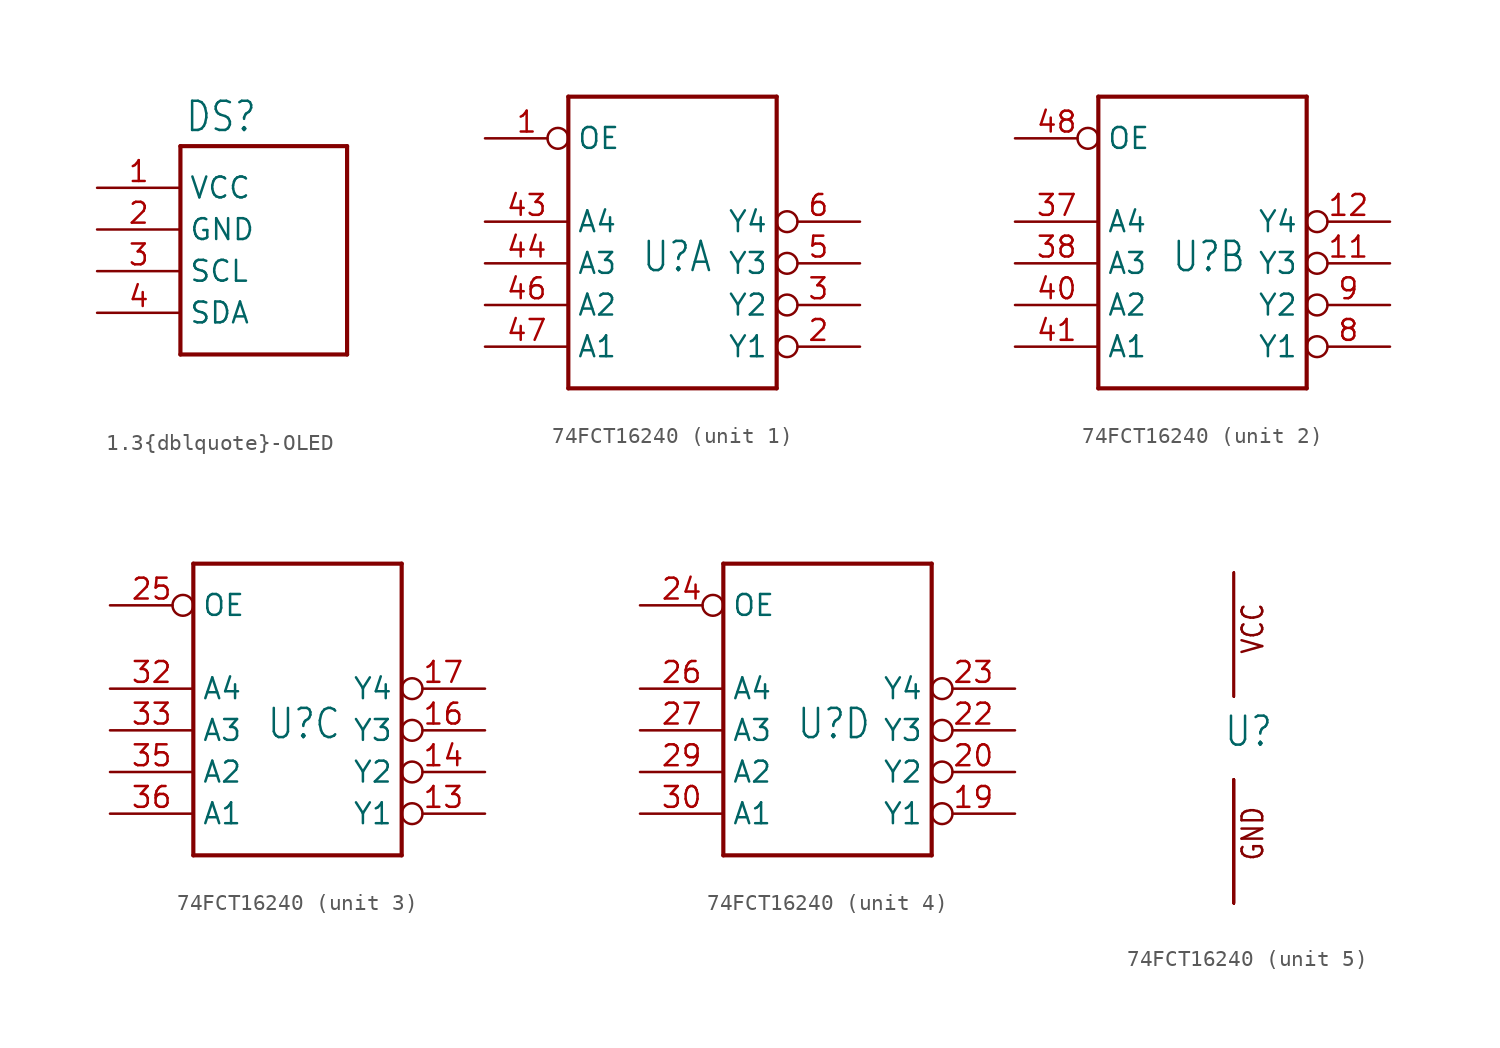
<source format=kicad_sym>
(kicad_symbol_lib
  (version 20231120)
  (generator "kicad_symbol_editor")
  (generator_version "8.0")
  (symbol "1.3{dblquote}-OLED"
    (property "Reference" "DS"
      (at -4.826 5.842 0)
      (effects (font (size 1.778 1.511)) (justify left bottom)))
    (property "Value" ""
      (at -5.08 -10.16 0)
      (effects (font (size 1.778 1.511)) (justify left bottom)))
    (property "ki_locked" ""
      (at 0 0 0)
      (effects (font (size 1.27 1.27))))
    (symbol "1.3{dblquote}-OLED_1_0"
      (polyline (pts (xy -5.08 -7.62) (xy 5.08 -7.62)) (stroke (width 0.254) (type solid)) (fill (type none)))
      (polyline (pts (xy -5.08 5.08) (xy -5.08 -7.62)) (stroke (width 0.254) (type solid)) (fill (type none)))
      (polyline (pts (xy 5.08 -7.62) (xy 5.08 5.08)) (stroke (width 0.254) (type solid)) (fill (type none)))
      (polyline (pts (xy 5.08 5.08) (xy -5.08 5.08)) (stroke (width 0.254) (type solid)) (fill (type none)))
      (pin bidirectional line (at -10.16 2.54 0) (length 5.08) (name "VCC" (effects (font (size 1.27 1.27)))) (number "1" (effects (font (size 1.27 1.27)))))
      (pin bidirectional line (at -10.16 0 0) (length 5.08) (name "GND" (effects (font (size 1.27 1.27)))) (number "2" (effects (font (size 1.27 1.27)))))
      (pin bidirectional line (at -10.16 -2.54 0) (length 5.08) (name "SCL" (effects (font (size 1.27 1.27)))) (number "3" (effects (font (size 1.27 1.27)))))
      (pin bidirectional line (at -10.16 -5.08 0) (length 5.08) (name "SDA" (effects (font (size 1.27 1.27)))) (number "4" (effects (font (size 1.27 1.27)))))))
  (symbol "74FCT16240"
    (property "Reference" "U"
      (at -0.635 -0.635 0)
      (effects (font (size 1.778 1.511)) (justify left bottom)))
    (property "ki_locked" ""
      (at 0 0 0)
      (effects (font (size 1.27 1.27))))
    (symbol "74FCT16240_1_0"
      (polyline (pts (xy -5.08 -7.62) (xy 7.62 -7.62)) (stroke (width 0.254) (type solid)) (fill (type none)))
      (polyline (pts (xy -5.08 10.16) (xy -5.08 -7.62)) (stroke (width 0.254) (type solid)) (fill (type none)))
      (polyline (pts (xy 7.62 -7.62) (xy 7.62 10.16)) (stroke (width 0.254) (type solid)) (fill (type none)))
      (polyline (pts (xy 7.62 10.16) (xy -5.08 10.16)) (stroke (width 0.254) (type solid)) (fill (type none)))
      (pin bidirectional inverted (at -10.16 7.62 0) (length 5.08) (name "OE" (effects (font (size 1.27 1.27)))) (number "1" (effects (font (size 1.27 1.27)))))
      (pin bidirectional inverted (at 12.7 -5.08 180) (length 5.08) (name "Y1" (effects (font (size 1.27 1.27)))) (number "2" (effects (font (size 1.27 1.27)))))
      (pin bidirectional inverted (at 12.7 -2.54 180) (length 5.08) (name "Y2" (effects (font (size 1.27 1.27)))) (number "3" (effects (font (size 1.27 1.27)))))
      (pin bidirectional line (at -10.16 2.54 0) (length 5.08) (name "A4" (effects (font (size 1.27 1.27)))) (number "43" (effects (font (size 1.27 1.27)))))
      (pin bidirectional line (at -10.16 0 0) (length 5.08) (name "A3" (effects (font (size 1.27 1.27)))) (number "44" (effects (font (size 1.27 1.27)))))
      (pin bidirectional line (at -10.16 -2.54 0) (length 5.08) (name "A2" (effects (font (size 1.27 1.27)))) (number "46" (effects (font (size 1.27 1.27)))))
      (pin bidirectional line (at -10.16 -5.08 0) (length 5.08) (name "A1" (effects (font (size 1.27 1.27)))) (number "47" (effects (font (size 1.27 1.27)))))
      (pin bidirectional inverted (at 12.7 0 180) (length 5.08) (name "Y3" (effects (font (size 1.27 1.27)))) (number "5" (effects (font (size 1.27 1.27)))))
      (pin bidirectional inverted (at 12.7 2.54 180) (length 5.08) (name "Y4" (effects (font (size 1.27 1.27)))) (number "6" (effects (font (size 1.27 1.27))))))
    (symbol "74FCT16240_2_0"
      (polyline (pts (xy -5.08 -7.62) (xy 7.62 -7.62)) (stroke (width 0.254) (type solid)) (fill (type none)))
      (polyline (pts (xy -5.08 10.16) (xy -5.08 -7.62)) (stroke (width 0.254) (type solid)) (fill (type none)))
      (polyline (pts (xy 7.62 -7.62) (xy 7.62 10.16)) (stroke (width 0.254) (type solid)) (fill (type none)))
      (polyline (pts (xy 7.62 10.16) (xy -5.08 10.16)) (stroke (width 0.254) (type solid)) (fill (type none)))
      (pin bidirectional inverted (at 12.7 0 180) (length 5.08) (name "Y3" (effects (font (size 1.27 1.27)))) (number "11" (effects (font (size 1.27 1.27)))))
      (pin bidirectional inverted (at 12.7 2.54 180) (length 5.08) (name "Y4" (effects (font (size 1.27 1.27)))) (number "12" (effects (font (size 1.27 1.27)))))
      (pin bidirectional line (at -10.16 2.54 0) (length 5.08) (name "A4" (effects (font (size 1.27 1.27)))) (number "37" (effects (font (size 1.27 1.27)))))
      (pin bidirectional line (at -10.16 0 0) (length 5.08) (name "A3" (effects (font (size 1.27 1.27)))) (number "38" (effects (font (size 1.27 1.27)))))
      (pin bidirectional line (at -10.16 -2.54 0) (length 5.08) (name "A2" (effects (font (size 1.27 1.27)))) (number "40" (effects (font (size 1.27 1.27)))))
      (pin bidirectional line (at -10.16 -5.08 0) (length 5.08) (name "A1" (effects (font (size 1.27 1.27)))) (number "41" (effects (font (size 1.27 1.27)))))
      (pin bidirectional inverted (at -10.16 7.62 0) (length 5.08) (name "OE" (effects (font (size 1.27 1.27)))) (number "48" (effects (font (size 1.27 1.27)))))
      (pin bidirectional inverted (at 12.7 -5.08 180) (length 5.08) (name "Y1" (effects (font (size 1.27 1.27)))) (number "8" (effects (font (size 1.27 1.27)))))
      (pin bidirectional inverted (at 12.7 -2.54 180) (length 5.08) (name "Y2" (effects (font (size 1.27 1.27)))) (number "9" (effects (font (size 1.27 1.27))))))
    (symbol "74FCT16240_3_0"
      (polyline (pts (xy -5.08 -7.62) (xy 7.62 -7.62)) (stroke (width 0.254) (type solid)) (fill (type none)))
      (polyline (pts (xy -5.08 10.16) (xy -5.08 -7.62)) (stroke (width 0.254) (type solid)) (fill (type none)))
      (polyline (pts (xy 7.62 -7.62) (xy 7.62 10.16)) (stroke (width 0.254) (type solid)) (fill (type none)))
      (polyline (pts (xy 7.62 10.16) (xy -5.08 10.16)) (stroke (width 0.254) (type solid)) (fill (type none)))
      (pin bidirectional inverted (at 12.7 -5.08 180) (length 5.08) (name "Y1" (effects (font (size 1.27 1.27)))) (number "13" (effects (font (size 1.27 1.27)))))
      (pin bidirectional inverted (at 12.7 -2.54 180) (length 5.08) (name "Y2" (effects (font (size 1.27 1.27)))) (number "14" (effects (font (size 1.27 1.27)))))
      (pin bidirectional inverted (at 12.7 0 180) (length 5.08) (name "Y3" (effects (font (size 1.27 1.27)))) (number "16" (effects (font (size 1.27 1.27)))))
      (pin bidirectional inverted (at 12.7 2.54 180) (length 5.08) (name "Y4" (effects (font (size 1.27 1.27)))) (number "17" (effects (font (size 1.27 1.27)))))
      (pin bidirectional inverted (at -10.16 7.62 0) (length 5.08) (name "OE" (effects (font (size 1.27 1.27)))) (number "25" (effects (font (size 1.27 1.27)))))
      (pin bidirectional line (at -10.16 2.54 0) (length 5.08) (name "A4" (effects (font (size 1.27 1.27)))) (number "32" (effects (font (size 1.27 1.27)))))
      (pin bidirectional line (at -10.16 0 0) (length 5.08) (name "A3" (effects (font (size 1.27 1.27)))) (number "33" (effects (font (size 1.27 1.27)))))
      (pin bidirectional line (at -10.16 -2.54 0) (length 5.08) (name "A2" (effects (font (size 1.27 1.27)))) (number "35" (effects (font (size 1.27 1.27)))))
      (pin bidirectional line (at -10.16 -5.08 0) (length 5.08) (name "A1" (effects (font (size 1.27 1.27)))) (number "36" (effects (font (size 1.27 1.27))))))
    (symbol "74FCT16240_4_0"
      (polyline (pts (xy -5.08 -7.62) (xy 7.62 -7.62)) (stroke (width 0.254) (type solid)) (fill (type none)))
      (polyline (pts (xy -5.08 10.16) (xy -5.08 -7.62)) (stroke (width 0.254) (type solid)) (fill (type none)))
      (polyline (pts (xy 7.62 -7.62) (xy 7.62 10.16)) (stroke (width 0.254) (type solid)) (fill (type none)))
      (polyline (pts (xy 7.62 10.16) (xy -5.08 10.16)) (stroke (width 0.254) (type solid)) (fill (type none)))
      (pin bidirectional inverted (at 12.7 -5.08 180) (length 5.08) (name "Y1" (effects (font (size 1.27 1.27)))) (number "19" (effects (font (size 1.27 1.27)))))
      (pin bidirectional inverted (at 12.7 -2.54 180) (length 5.08) (name "Y2" (effects (font (size 1.27 1.27)))) (number "20" (effects (font (size 1.27 1.27)))))
      (pin bidirectional inverted (at 12.7 0 180) (length 5.08) (name "Y3" (effects (font (size 1.27 1.27)))) (number "22" (effects (font (size 1.27 1.27)))))
      (pin bidirectional inverted (at 12.7 2.54 180) (length 5.08) (name "Y4" (effects (font (size 1.27 1.27)))) (number "23" (effects (font (size 1.27 1.27)))))
      (pin bidirectional inverted (at -10.16 7.62 0) (length 5.08) (name "OE" (effects (font (size 1.27 1.27)))) (number "24" (effects (font (size 1.27 1.27)))))
      (pin bidirectional line (at -10.16 2.54 0) (length 5.08) (name "A4" (effects (font (size 1.27 1.27)))) (number "26" (effects (font (size 1.27 1.27)))))
      (pin bidirectional line (at -10.16 0 0) (length 5.08) (name "A3" (effects (font (size 1.27 1.27)))) (number "27" (effects (font (size 1.27 1.27)))))
      (pin bidirectional line (at -10.16 -2.54 0) (length 5.08) (name "A2" (effects (font (size 1.27 1.27)))) (number "29" (effects (font (size 1.27 1.27)))))
      (pin bidirectional line (at -10.16 -5.08 0) (length 5.08) (name "A1" (effects (font (size 1.27 1.27)))) (number "30" (effects (font (size 1.27 1.27))))))
    (symbol "74FCT16240_5_0"
      (text "GND" (at 1.905 -7.62 900) (effects (font (size 1.27 1.079)) (justify left bottom)))
      (text "VCC" (at 1.905 5.08 900) (effects (font (size 1.27 1.079)) (justify left bottom)))
      (pin power_in line (at 0 -10.16 90) (length 7.62) (name "GND" (effects (font (size 0 0)))) (number "10" (effects (font (size 0 0)))))
      (pin power_in line (at 0 -10.16 90) (length 7.62) (name "GND" (effects (font (size 0 0)))) (number "15" (effects (font (size 0 0)))))
      (pin power_in line (at 0 10.16 270) (length 7.62) (name "VCC" (effects (font (size 0 0)))) (number "18" (effects (font (size 0 0)))))
      (pin power_in line (at 0 -10.16 90) (length 7.62) (name "GND" (effects (font (size 0 0)))) (number "21" (effects (font (size 0 0)))))
      (pin power_in line (at 0 -10.16 90) (length 7.62) (name "GND" (effects (font (size 0 0)))) (number "28" (effects (font (size 0 0)))))
      (pin power_in line (at 0 10.16 270) (length 7.62) (name "VCC" (effects (font (size 0 0)))) (number "31" (effects (font (size 0 0)))))
      (pin power_in line (at 0 -10.16 90) (length 7.62) (name "GND" (effects (font (size 0 0)))) (number "34" (effects (font (size 0 0)))))
      (pin power_in line (at 0 -10.16 90) (length 7.62) (name "GND" (effects (font (size 0 0)))) (number "39" (effects (font (size 0 0)))))
      (pin power_in line (at 0 -10.16 90) (length 7.62) (name "GND" (effects (font (size 0 0)))) (number "4" (effects (font (size 0 0)))))
      (pin power_in line (at 0 10.16 270) (length 7.62) (name "VCC" (effects (font (size 0 0)))) (number "42" (effects (font (size 0 0)))))
      (pin power_in line (at 0 -10.16 90) (length 7.62) (name "GND" (effects (font (size 0 0)))) (number "45" (effects (font (size 0 0)))))
      (pin power_in line (at 0 10.16 270) (length 7.62) (name "VCC" (effects (font (size 0 0)))) (number "7" (effects (font (size 0 0))))))))
</source>
